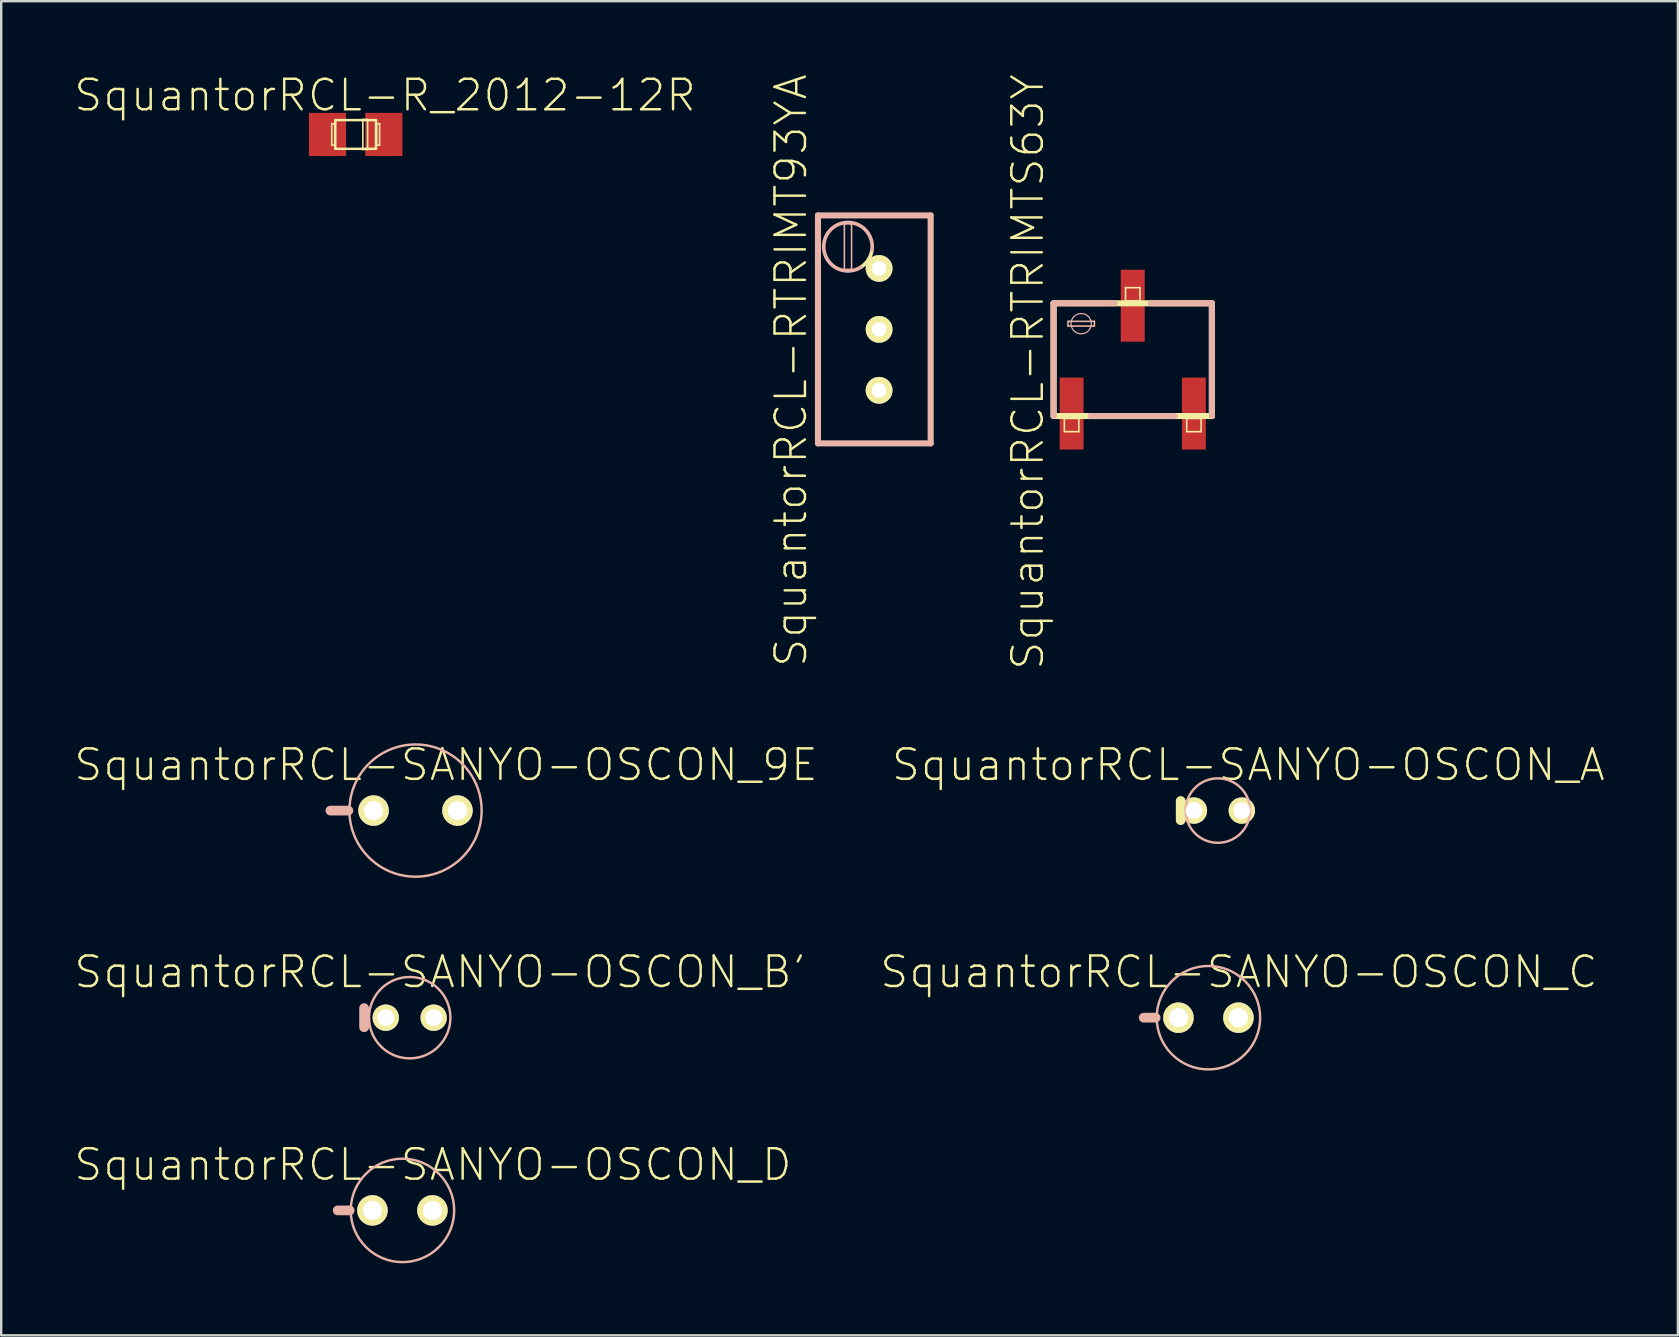
<source format=kicad_pcb>
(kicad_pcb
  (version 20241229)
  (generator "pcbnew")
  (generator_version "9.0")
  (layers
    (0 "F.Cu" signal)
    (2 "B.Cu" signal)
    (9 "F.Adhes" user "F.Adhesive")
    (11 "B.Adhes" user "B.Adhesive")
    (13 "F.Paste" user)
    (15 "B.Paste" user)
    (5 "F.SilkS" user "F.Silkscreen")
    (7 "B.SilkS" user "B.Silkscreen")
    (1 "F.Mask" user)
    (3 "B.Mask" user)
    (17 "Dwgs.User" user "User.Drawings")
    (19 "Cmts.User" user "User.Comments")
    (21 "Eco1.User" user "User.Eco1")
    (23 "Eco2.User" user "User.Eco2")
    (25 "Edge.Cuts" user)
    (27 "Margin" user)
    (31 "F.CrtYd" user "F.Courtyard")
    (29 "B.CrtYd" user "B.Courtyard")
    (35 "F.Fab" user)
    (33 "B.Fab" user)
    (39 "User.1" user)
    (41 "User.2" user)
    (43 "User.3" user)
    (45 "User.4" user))
  (footprint "SquantorRCL-RTRIMT93YA"
    (layer "F.Cu")
    (at 33.589 10.678)
    (property "Reference" "SquantorRCL-RTRIMT93YA" (at -3.673 1.714 90) (layer "F.SilkS") (effects (font (size 1.27 1.27) (thickness 0.102))))
    (attr exclude_from_pos_files exclude_from_bom)
    (fp_arc (start -0.29972 -3.29946) (mid -0.448783 -2.90173) (end -0.748312 -2.60058) (stroke (width 0.1524) (type solid)) (layer "F.SilkS"))
    (fp_line (start -2.548 -4.75) (end -2.548 4.75) (stroke (width 0.254) (type solid)) (layer "B.SilkS"))
    (fp_line (start -2.548 4.75) (end 2.149 4.75) (stroke (width 0.254) (type solid)) (layer "B.SilkS"))
    (fp_line (start -1.448 -4.399) (end -1.148 -4.399) (stroke (width 0.066) (type solid)) (layer "B.SilkS"))
    (fp_line (start -1.448 -2.499) (end -1.448 -4.399) (stroke (width 0.066) (type solid)) (layer "B.SilkS"))
    (fp_line (start -1.448 -2.499) (end -1.148 -2.499) (stroke (width 0.066) (type solid)) (layer "B.SilkS"))
    (fp_line (start -1.148 -2.499) (end -1.148 -4.399) (stroke (width 0.066) (type solid)) (layer "B.SilkS"))
    (fp_line (start 2.149 -4.75) (end -2.548 -4.75) (stroke (width 0.254) (type solid)) (layer "B.SilkS"))
    (fp_line (start 2.149 4.75) (end 2.149 -4.75) (stroke (width 0.254) (type solid)) (layer "B.SilkS"))
    (fp_arc (start -0.7493 -2.59842) (mid -2.147562 -3.993463) (end -0.298494 -3.299035) (stroke (width 0.1524) (type solid)) (layer "B.SilkS"))
    (pad "1" thru_hole circle (at 0 2.54) (size 1.118 1.118) (drill 0.61) (layers "*.Cu" "F.Mask" "F.SilkS" "F.Paste"))
    (pad "2" thru_hole circle (at 0 0) (size 1.118 1.118) (drill 0.61) (layers "*.Cu" "F.Mask" "F.SilkS" "F.Paste"))
    (pad "3" thru_hole circle (at 0 -2.54) (size 1.118 1.118) (drill 0.61) (layers "*.Cu" "F.Mask" "F.SilkS" "F.Paste")))
  (footprint "SquantorRCL-RTRIMTS63Y"
    (layer "F.Cu")
    (at 44.16 11.94)
    (property "Reference" "SquantorRCL-RTRIMTS63Y" (at -4.374 0.513 90) (layer "F.SilkS") (effects (font (size 1.27 1.27) (thickness 0.102))))
    (attr smd)
    (fp_line (start -3.299 -2.349) (end -3.299 2.349) (stroke (width 0.254) (type solid)) (layer "F.SilkS"))
    (fp_line (start -3.299 2.349) (end 3.299 2.349) (stroke (width 0.254) (type solid)) (layer "F.SilkS"))
    (fp_line (start -2.85 2.449) (end -2.248 2.449) (stroke (width 0.066) (type solid)) (layer "F.SilkS"))
    (fp_line (start -2.85 3) (end -2.85 2.449) (stroke (width 0.066) (type solid)) (layer "F.SilkS"))
    (fp_line (start -2.85 3) (end -2.248 3) (stroke (width 0.066) (type solid)) (layer "F.SilkS"))
    (fp_line (start -2.248 3) (end -2.248 2.449) (stroke (width 0.066) (type solid)) (layer "F.SilkS"))
    (fp_line (start -0.3 -3) (end 0.3 -3) (stroke (width 0.066) (type solid)) (layer "F.SilkS"))
    (fp_line (start -0.3 -2.449) (end -0.3 -3) (stroke (width 0.066) (type solid)) (layer "F.SilkS"))
    (fp_line (start -0.3 -2.449) (end 0.3 -2.449) (stroke (width 0.066) (type solid)) (layer "F.SilkS"))
    (fp_line (start 0.3 -2.449) (end 0.3 -3) (stroke (width 0.066) (type solid)) (layer "F.SilkS"))
    (fp_line (start 2.248 2.449) (end 2.85 2.449) (stroke (width 0.066) (type solid)) (layer "F.SilkS"))
    (fp_line (start 2.248 3) (end 2.248 2.449) (stroke (width 0.066) (type solid)) (layer "F.SilkS"))
    (fp_line (start 2.248 3) (end 2.85 3) (stroke (width 0.066) (type solid)) (layer "F.SilkS"))
    (fp_line (start 2.85 3) (end 2.85 2.449) (stroke (width 0.066) (type solid)) (layer "F.SilkS"))
    (fp_line (start 3.299 -2.349) (end -3.299 -2.349) (stroke (width 0.254) (type solid)) (layer "F.SilkS"))
    (fp_line (start 3.299 2.349) (end 3.299 -2.349) (stroke (width 0.254) (type solid)) (layer "F.SilkS"))
    (fp_line (start -3.299 -2.349) (end -0.749 -2.349) (stroke (width 0.254) (type solid)) (layer "B.SilkS"))
    (fp_line (start -3.299 2.349) (end -3.299 -2.349) (stroke (width 0.254) (type solid)) (layer "B.SilkS"))
    (fp_line (start -2.697 -1.598) (end -1.598 -1.598) (stroke (width 0.066) (type solid)) (layer "B.SilkS"))
    (fp_line (start -2.697 -1.4) (end -2.697 -1.598) (stroke (width 0.066) (type solid)) (layer "B.SilkS"))
    (fp_line (start -2.697 -1.4) (end -1.598 -1.4) (stroke (width 0.066) (type solid)) (layer "B.SilkS"))
    (fp_line (start -1.598 -1.4) (end -1.598 -1.598) (stroke (width 0.066) (type solid)) (layer "B.SilkS"))
    (fp_line (start 0.749 -2.349) (end 3.299 -2.349) (stroke (width 0.254) (type solid)) (layer "B.SilkS"))
    (fp_line (start 1.748 2.349) (end -1.748 2.349) (stroke (width 0.254) (type solid)) (layer "B.SilkS"))
    (fp_line (start 3.299 -2.349) (end 3.299 2.349) (stroke (width 0.254) (type solid)) (layer "B.SilkS"))
    (fp_circle (center -2.149 -1.499) (end -2.449 -1.798) (stroke (width 0.051) (type solid)) (fill no) (layer "B.SilkS"))
    (pad "1" smd rect (at -2.548 2.248) (size 0.998 3) (layers "F.Cu" "F.Mask" "F.Paste"))
    (pad "2" smd rect (at 0 -2.248) (size 0.998 3) (layers "F.Cu" "F.Mask" "F.Paste"))
    (pad "3" smd rect (at 2.548 2.248) (size 0.998 3) (layers "F.Cu" "F.Mask" "F.Paste")))
  (footprint "SquantorRCL-SANYO-OSCON_A"
    (layer "F.Cu")
    (at 47.708 30.733)
    (property "Reference" "SquantorRCL-SANYO-OSCON_A" (at 1.27 -1.905 0) (layer "F.SilkS") (effects (font (size 1.27 1.27) (thickness 0.102))))
    (attr exclude_from_pos_files exclude_from_bom)
    (fp_line (start -1.549 0.399) (end -1.549 -0.399) (stroke (width 0.406) (type solid)) (layer "F.SilkS"))
    (fp_circle (center 0 0) (end -0.95 0.95) (stroke (width 0.102) (type solid)) (fill no) (layer "B.SilkS"))
    (pad "+" thru_hole circle (at 0.998 0) (size 1.1 1.1) (drill 0.699) (layers "*.Cu" "F.Mask" "F.SilkS" "F.Paste"))
    (pad "-" thru_hole circle (at -0.998 0) (size 1.1 1.1) (drill 0.699) (layers "*.Cu" "F.Mask" "F.SilkS" "F.Paste")))
  (footprint "SquantorRCL-SANYO-OSCON_C"
    (layer "F.Cu")
    (at 47.315 39.365)
    (property "Reference" "SquantorRCL-SANYO-OSCON_C" (at 1.27 -1.905 0) (layer "F.SilkS") (effects (font (size 1.27 1.27) (thickness 0.102))))
    (attr exclude_from_pos_files exclude_from_bom)
    (fp_line (start -2.2 0) (end -2.697 0) (stroke (width 0.406) (type solid)) (layer "B.SilkS"))
    (fp_circle (center 0 0) (end -1.524 1.524) (stroke (width 0.102) (type solid)) (fill no) (layer "B.SilkS"))
    (pad "+" thru_hole circle (at 1.25 0) (size 1.27 1.27) (drill 0.798) (layers "*.Cu" "F.Mask" "F.SilkS" "F.Paste"))
    (pad "-" thru_hole circle (at -1.25 0) (size 1.27 1.27) (drill 0.798) (layers "*.Cu" "F.Mask" "F.SilkS" "F.Paste")))
  (footprint "SquantorRCL-SANYO-OSCON_B'"
    (layer "F.Cu")
    (at 14.026 39.365)
    (property "Reference" "SquantorRCL-SANYO-OSCON_B'" (at 1.27 -1.905 0) (layer "F.SilkS") (effects (font (size 1.27 1.27) (thickness 0.102))))
    (attr exclude_from_pos_files exclude_from_bom)
    (fp_line (start -1.9 0.399) (end -1.9 -0.399) (stroke (width 0.406) (type solid)) (layer "B.SilkS"))
    (fp_circle (center 0 0) (end -1.199 1.199) (stroke (width 0.102) (type solid)) (fill no) (layer "B.SilkS"))
    (pad "+" thru_hole circle (at 0.998 0) (size 1.1 1.1) (drill 0.699) (layers "*.Cu" "F.Mask" "F.SilkS" "F.Paste"))
    (pad "-" thru_hole circle (at -0.998 0) (size 1.1 1.1) (drill 0.699) (layers "*.Cu" "F.Mask" "F.SilkS" "F.Paste")))
  (footprint "SquantorRCL-SANYO-OSCON_9E"
    (layer "F.Cu")
    (at 14.268 30.733)
    (property "Reference" "SquantorRCL-SANYO-OSCON_9E" (at 1.27 -1.905 0) (layer "F.SilkS") (effects (font (size 1.27 1.27) (thickness 0.102))))
    (attr exclude_from_pos_files exclude_from_bom)
    (fp_line (start -3.548 0) (end -2.799 0) (stroke (width 0.406) (type solid)) (layer "B.SilkS"))
    (fp_circle (center 0 0) (end -1.948 1.948) (stroke (width 0.102) (type solid)) (fill no) (layer "B.SilkS"))
    (pad "+" thru_hole circle (at 1.748 0) (size 1.27 1.27) (drill 0.798) (layers "*.Cu" "F.Mask" "F.SilkS" "F.Paste"))
    (pad "-" thru_hole circle (at -1.748 0) (size 1.27 1.27) (drill 0.798) (layers "*.Cu" "F.Mask" "F.SilkS" "F.Paste")))
  (footprint "SquantorRCL-SANYO-OSCON_D"
    (layer "F.Cu")
    (at 13.723 47.397)
    (property "Reference" "SquantorRCL-SANYO-OSCON_D" (at 1.27 -1.905 0) (layer "F.SilkS") (effects (font (size 1.27 1.27) (thickness 0.102))))
    (attr exclude_from_pos_files exclude_from_bom)
    (fp_line (start -2.2 0) (end -2.697 0) (stroke (width 0.406) (type solid)) (layer "B.SilkS"))
    (fp_circle (center 0 0) (end -1.524 1.524) (stroke (width 0.102) (type solid)) (fill no) (layer "B.SilkS"))
    (pad "+" thru_hole circle (at 1.25 0) (size 1.27 1.27) (drill 0.798) (layers "*.Cu" "F.Mask" "F.SilkS" "F.Paste"))
    (pad "-" thru_hole circle (at -1.25 0) (size 1.27 1.27) (drill 0.798) (layers "*.Cu" "F.Mask" "F.SilkS" "F.Paste")))
  (footprint "SquantorRCL-R_2012-12R"
    (layer "F.Cu")
    (at 11.773 2.554)
    (property "Reference" "SquantorRCL-R_2012-12R" (at 1.224 -1.633 0) (layer "F.SilkS") (effects (font (size 1.27 1.27) (thickness 0.102))))
    (attr smd)
    (fp_line (start -0.998 -0.45) (end -0.874 -0.45) (stroke (width 0.066) (type solid)) (layer "F.SilkS"))
    (fp_line (start -0.998 0.45) (end -0.998 -0.45) (stroke (width 0.066) (type solid)) (layer "F.SilkS"))
    (fp_line (start -0.998 0.45) (end -0.874 0.45) (stroke (width 0.066) (type solid)) (layer "F.SilkS"))
    (fp_line (start -0.874 0.45) (end -0.874 -0.45) (stroke (width 0.066) (type solid)) (layer "F.SilkS"))
    (fp_line (start -0.848 -0.599) (end 0.848 -0.599) (stroke (width 0.102) (type solid)) (layer "F.SilkS"))
    (fp_line (start -0.848 0.599) (end -0.848 -0.599) (stroke (width 0.102) (type solid)) (layer "F.SilkS"))
    (fp_line (start 0.3 -0.625) (end 0.498 -0.625) (stroke (width 0.066) (type solid)) (layer "F.SilkS"))
    (fp_line (start 0.3 0.625) (end 0.3 -0.625) (stroke (width 0.066) (type solid)) (layer "F.SilkS"))
    (fp_line (start 0.3 0.625) (end 0.498 0.625) (stroke (width 0.066) (type solid)) (layer "F.SilkS"))
    (fp_line (start 0.498 0.625) (end 0.498 -0.625) (stroke (width 0.066) (type solid)) (layer "F.SilkS"))
    (fp_line (start 0.848 -0.599) (end 0.848 0.599) (stroke (width 0.102) (type solid)) (layer "F.SilkS"))
    (fp_line (start 0.848 0.599) (end -0.848 0.599) (stroke (width 0.102) (type solid)) (layer "F.SilkS"))
    (fp_line (start 0.874 -0.45) (end 0.998 -0.45) (stroke (width 0.066) (type solid)) (layer "F.SilkS"))
    (fp_line (start 0.874 0.45) (end 0.874 -0.45) (stroke (width 0.066) (type solid)) (layer "F.SilkS"))
    (fp_line (start 0.874 0.45) (end 0.998 0.45) (stroke (width 0.066) (type solid)) (layer "F.SilkS"))
    (fp_line (start 0.998 0.45) (end 0.998 -0.45) (stroke (width 0.066) (type solid)) (layer "F.SilkS"))
    (pad "+" smd rect (at 1.173 0) (size 1.549 1.798) (layers "F.Cu" "F.Mask" "F.Paste"))
    (pad "-" smd rect (at -1.173 0) (size 1.549 1.798) (layers "F.Cu" "F.Mask" "F.Paste")))
  (gr_rect
    (start -3 -3)
    (end 66.88 52.603)
    (stroke (width 0.1) (type default))
    (fill no)
    (layer "Edge.Cuts")))
</source>
